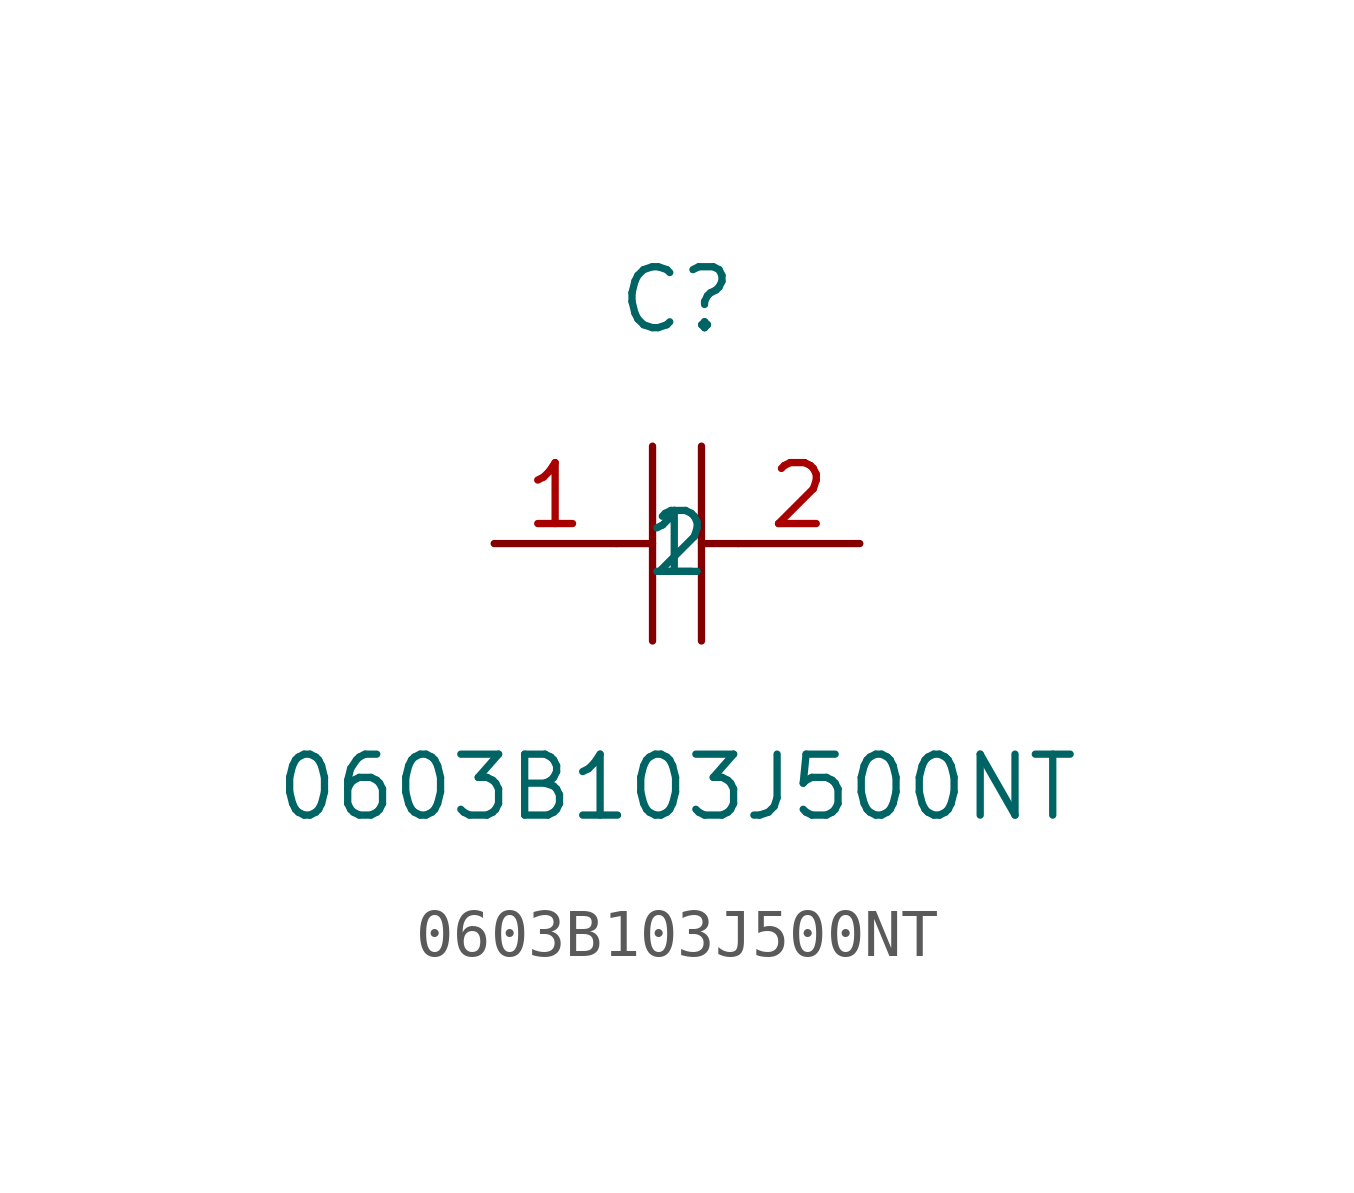
<source format=kicad_sym>
(kicad_symbol_lib
  (version 1)
  (generator "faebryk")
  (symbol "0603B103J500NT"
    (property "Reference" "C"
      (at 0 5.08 0)
      (effects (font (size 1.27 1.27)) (hide no)))
    (property "Value" "0603B103J500NT"
      (at 0 -5.08 0)
      (effects (font (size 1.27 1.27)) (hide no)))
    (symbol "0603B103J500NT_0_1"
      (polyline (stroke (width 0) (type default) (color 0 0 0 0)) (fill (type none)) (pts (xy -0.51 2.03) (xy -0.51 -2.03)))
      (polyline (stroke (width 0) (type default) (color 0 0 0 0)) (fill (type none)) (pts (xy 0.51 2.03) (xy 0.51 -2.03)))
      (polyline (stroke (width 0) (type default) (color 0 0 0 0)) (fill (type none)) (pts (xy -1.27 0) (xy -0.51 0)))
      (polyline (stroke (width 0) (type default) (color 0 0 0 0)) (fill (type none)) (pts (xy 0.51 0) (xy 1.27 0)))
      (pin input line (at -3.81 0 0) (length 2.54) (name "1" (effects (font (size 1.27 1.27)) (hide no))) (number "1" (effects (font (size 1.27 1.27)) (hide no))))
      (pin input line (at 3.81 0 180) (length 2.54) (name "2" (effects (font (size 1.27 1.27)) (hide no))) (number "2" (effects (font (size 1.27 1.27)) (hide no)))))))
</source>
